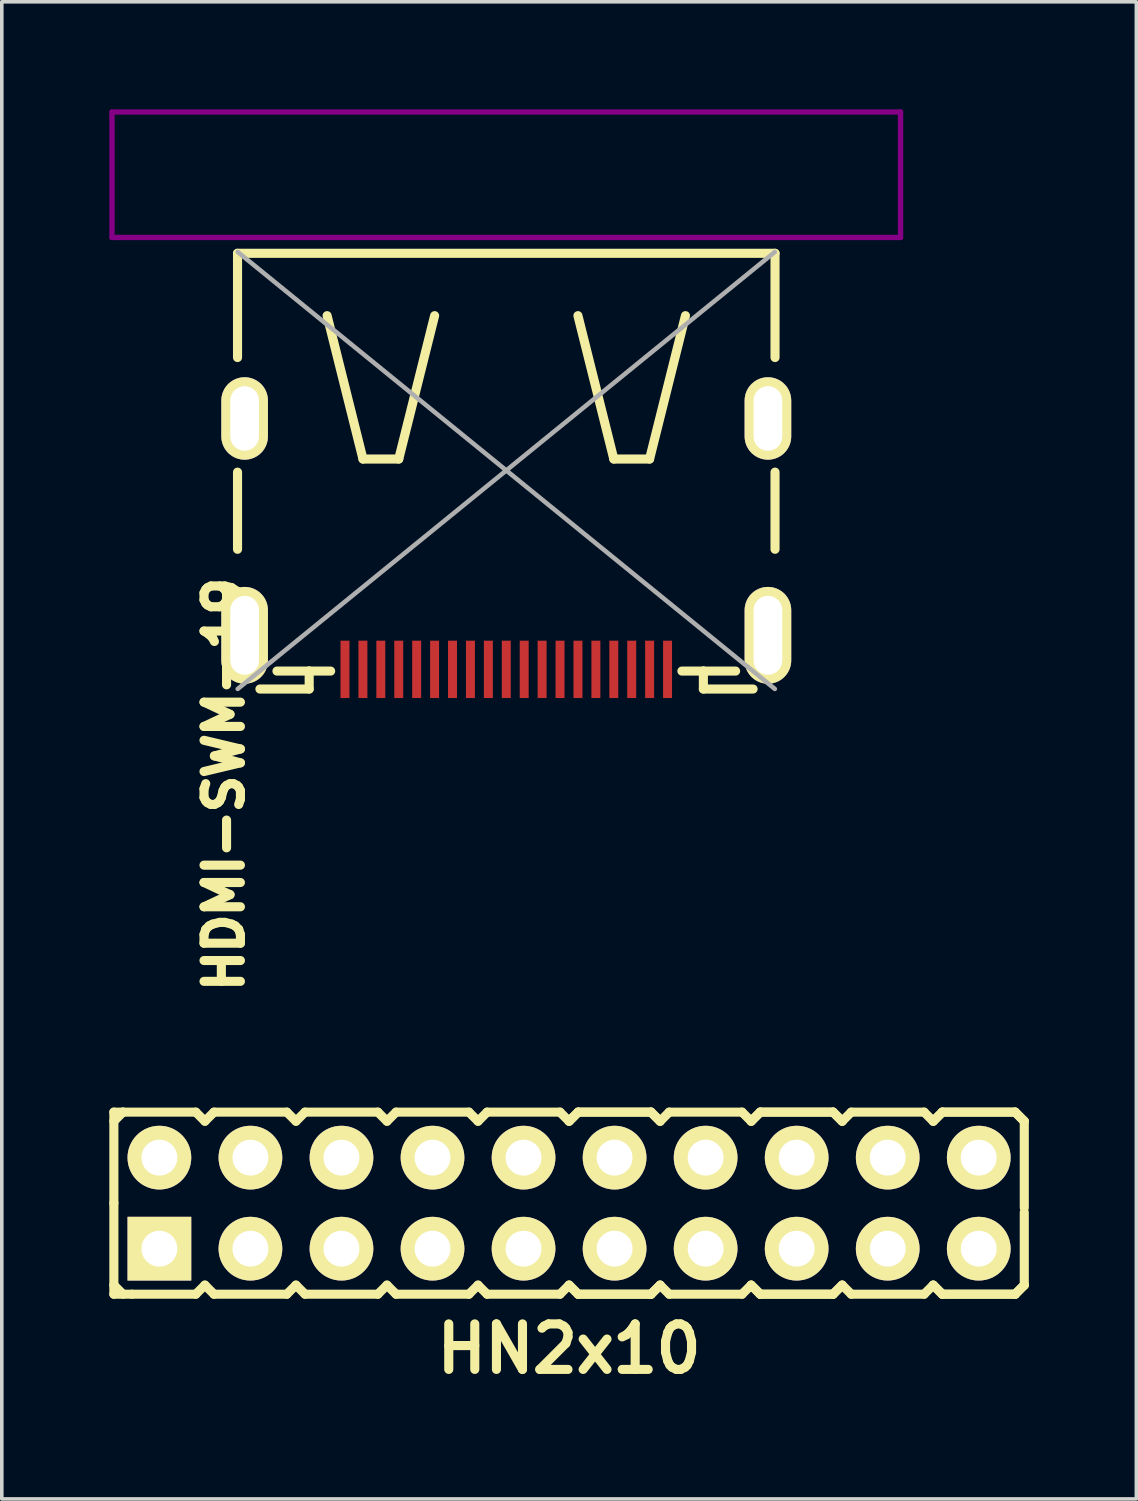
<source format=kicad_pcb>
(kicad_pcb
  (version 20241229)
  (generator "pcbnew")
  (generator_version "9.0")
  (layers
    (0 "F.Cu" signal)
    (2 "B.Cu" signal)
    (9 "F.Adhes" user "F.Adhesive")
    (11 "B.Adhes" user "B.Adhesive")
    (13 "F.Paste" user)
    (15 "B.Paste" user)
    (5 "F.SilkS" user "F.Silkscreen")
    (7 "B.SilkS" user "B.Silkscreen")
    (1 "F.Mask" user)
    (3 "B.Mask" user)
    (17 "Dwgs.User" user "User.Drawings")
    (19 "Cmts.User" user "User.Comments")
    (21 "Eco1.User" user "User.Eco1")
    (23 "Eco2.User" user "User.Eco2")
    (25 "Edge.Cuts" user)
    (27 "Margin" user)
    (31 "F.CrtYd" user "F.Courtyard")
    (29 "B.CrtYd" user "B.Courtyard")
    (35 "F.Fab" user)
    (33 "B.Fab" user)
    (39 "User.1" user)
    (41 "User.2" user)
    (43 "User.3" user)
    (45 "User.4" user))
  (footprint "HN2x10"
    (layer "F.Cu")
    (at 12.827 30.518)
    (property "Reference" "HN2x10" (at 0 4.064 0) (layer "F.SilkS") (effects (font (size 1.27 1.27) (thickness 0.254))))
    (attr smd)
    (fp_line (start -12.7 -2.54) (end -12.7 0) (stroke (width 0.254) (type solid)) (layer "F.SilkS"))
    (fp_line (start -12.7 -2.54) (end -12.446 -2.54) (stroke (width 0.254) (type solid)) (layer "F.SilkS"))
    (fp_line (start -12.7 -2.286) (end -12.446 -2.54) (stroke (width 0.254) (type solid)) (layer "F.SilkS"))
    (fp_line (start -12.7 0) (end -12.7 2.54) (stroke (width 0.254) (type solid)) (layer "F.SilkS"))
    (fp_line (start -12.446 -2.54) (end -10.414 -2.54) (stroke (width 0.254) (type solid)) (layer "F.SilkS"))
    (fp_line (start -12.446 2.54) (end -12.7 2.286) (stroke (width 0.254) (type solid)) (layer "F.SilkS"))
    (fp_line (start -12.192 2.54) (end -12.7 2.54) (stroke (width 0.254) (type solid)) (layer "F.SilkS"))
    (fp_line (start -10.414 -2.54) (end -10.16 -2.286) (stroke (width 0.254) (type solid)) (layer "F.SilkS"))
    (fp_line (start -10.414 2.54) (end -12.192 2.54) (stroke (width 0.254) (type solid)) (layer "F.SilkS"))
    (fp_line (start -10.16 -2.286) (end -9.906 -2.54) (stroke (width 0.254) (type solid)) (layer "F.SilkS"))
    (fp_line (start -10.16 2.286) (end -10.414 2.54) (stroke (width 0.254) (type solid)) (layer "F.SilkS"))
    (fp_line (start -9.906 -2.54) (end -7.874 -2.54) (stroke (width 0.254) (type solid)) (layer "F.SilkS"))
    (fp_line (start -9.906 2.54) (end -10.16 2.286) (stroke (width 0.254) (type solid)) (layer "F.SilkS"))
    (fp_line (start -7.874 -2.54) (end -7.62 -2.286) (stroke (width 0.254) (type solid)) (layer "F.SilkS"))
    (fp_line (start -7.874 2.54) (end -9.906 2.54) (stroke (width 0.254) (type solid)) (layer "F.SilkS"))
    (fp_line (start -7.874 2.54) (end -7.62 2.286) (stroke (width 0.254) (type solid)) (layer "F.SilkS"))
    (fp_line (start -7.62 -2.286) (end -7.366 -2.54) (stroke (width 0.254) (type solid)) (layer "F.SilkS"))
    (fp_line (start -7.62 2.286) (end -7.366 2.54) (stroke (width 0.254) (type solid)) (layer "F.SilkS"))
    (fp_line (start -7.366 -2.54) (end -5.334 -2.54) (stroke (width 0.254) (type solid)) (layer "F.SilkS"))
    (fp_line (start -5.334 -2.54) (end -5.08 -2.286) (stroke (width 0.254) (type solid)) (layer "F.SilkS"))
    (fp_line (start -5.334 2.54) (end -7.366 2.54) (stroke (width 0.254) (type solid)) (layer "F.SilkS"))
    (fp_line (start -5.08 -2.286) (end -4.826 -2.54) (stroke (width 0.254) (type solid)) (layer "F.SilkS"))
    (fp_line (start -5.08 2.286) (end -5.334 2.54) (stroke (width 0.254) (type solid)) (layer "F.SilkS"))
    (fp_line (start -4.826 -2.54) (end -2.794 -2.54) (stroke (width 0.254) (type solid)) (layer "F.SilkS"))
    (fp_line (start -4.826 2.54) (end -5.08 2.286) (stroke (width 0.254) (type solid)) (layer "F.SilkS"))
    (fp_line (start -2.794 -2.54) (end -2.54 -2.286) (stroke (width 0.254) (type solid)) (layer "F.SilkS"))
    (fp_line (start -2.794 2.54) (end -4.826 2.54) (stroke (width 0.254) (type solid)) (layer "F.SilkS"))
    (fp_line (start -2.54 -2.286) (end -2.286 -2.54) (stroke (width 0.254) (type solid)) (layer "F.SilkS"))
    (fp_line (start -2.54 2.286) (end -2.794 2.54) (stroke (width 0.254) (type solid)) (layer "F.SilkS"))
    (fp_line (start -2.286 -2.54) (end -0.254 -2.54) (stroke (width 0.254) (type solid)) (layer "F.SilkS"))
    (fp_line (start -2.286 2.54) (end -2.54 2.286) (stroke (width 0.254) (type solid)) (layer "F.SilkS"))
    (fp_line (start -0.254 -2.54) (end 0 -2.286) (stroke (width 0.254) (type solid)) (layer "F.SilkS"))
    (fp_line (start -0.254 2.54) (end -2.286 2.54) (stroke (width 0.254) (type solid)) (layer "F.SilkS"))
    (fp_line (start 0 -2.286) (end 0.254 -2.54) (stroke (width 0.254) (type solid)) (layer "F.SilkS"))
    (fp_line (start 0 -2.286) (end 0.254 -2.54) (stroke (width 0.254) (type solid)) (layer "F.SilkS"))
    (fp_line (start 0 2.286) (end -0.254 2.54) (stroke (width 0.254) (type solid)) (layer "F.SilkS"))
    (fp_line (start 0.254 -2.54) (end 2.286 -2.54) (stroke (width 0.254) (type solid)) (layer "F.SilkS"))
    (fp_line (start 0.254 -2.54) (end 2.286 -2.54) (stroke (width 0.254) (type solid)) (layer "F.SilkS"))
    (fp_line (start 0.254 2.54) (end 0 2.286) (stroke (width 0.254) (type solid)) (layer "F.SilkS"))
    (fp_line (start 0.254 2.54) (end 0 2.286) (stroke (width 0.254) (type solid)) (layer "F.SilkS"))
    (fp_line (start 2.286 -2.54) (end 2.54 -2.286) (stroke (width 0.254) (type solid)) (layer "F.SilkS"))
    (fp_line (start 2.286 -2.54) (end 2.54 -2.286) (stroke (width 0.254) (type solid)) (layer "F.SilkS"))
    (fp_line (start 2.286 2.54) (end 0.254 2.54) (stroke (width 0.254) (type solid)) (layer "F.SilkS"))
    (fp_line (start 2.286 2.54) (end 0.254 2.54) (stroke (width 0.254) (type solid)) (layer "F.SilkS"))
    (fp_line (start 2.54 -2.286) (end 2.794 -2.54) (stroke (width 0.254) (type solid)) (layer "F.SilkS"))
    (fp_line (start 2.54 2.286) (end 2.286 2.54) (stroke (width 0.254) (type solid)) (layer "F.SilkS"))
    (fp_line (start 2.54 2.286) (end 2.286 2.54) (stroke (width 0.254) (type solid)) (layer "F.SilkS"))
    (fp_line (start 2.794 -2.54) (end 4.826 -2.54) (stroke (width 0.254) (type solid)) (layer "F.SilkS"))
    (fp_line (start 2.794 2.54) (end 2.54 2.286) (stroke (width 0.254) (type solid)) (layer "F.SilkS"))
    (fp_line (start 4.826 -2.54) (end 5.08 -2.286) (stroke (width 0.254) (type solid)) (layer "F.SilkS"))
    (fp_line (start 4.826 2.54) (end 2.794 2.54) (stroke (width 0.254) (type solid)) (layer "F.SilkS"))
    (fp_line (start 5.08 -2.286) (end 5.334 -2.54) (stroke (width 0.254) (type solid)) (layer "F.SilkS"))
    (fp_line (start 5.08 -2.286) (end 5.334 -2.54) (stroke (width 0.254) (type solid)) (layer "F.SilkS"))
    (fp_line (start 5.08 2.286) (end 4.826 2.54) (stroke (width 0.254) (type solid)) (layer "F.SilkS"))
    (fp_line (start 5.334 -2.54) (end 7.366 -2.54) (stroke (width 0.254) (type solid)) (layer "F.SilkS"))
    (fp_line (start 5.334 -2.54) (end 7.366 -2.54) (stroke (width 0.254) (type solid)) (layer "F.SilkS"))
    (fp_line (start 5.334 2.54) (end 5.08 2.286) (stroke (width 0.254) (type solid)) (layer "F.SilkS"))
    (fp_line (start 5.334 2.54) (end 5.08 2.286) (stroke (width 0.254) (type solid)) (layer "F.SilkS"))
    (fp_line (start 7.366 -2.54) (end 7.62 -2.286) (stroke (width 0.254) (type solid)) (layer "F.SilkS"))
    (fp_line (start 7.366 -2.54) (end 7.62 -2.286) (stroke (width 0.254) (type solid)) (layer "F.SilkS"))
    (fp_line (start 7.366 2.54) (end 5.334 2.54) (stroke (width 0.254) (type solid)) (layer "F.SilkS"))
    (fp_line (start 7.366 2.54) (end 5.334 2.54) (stroke (width 0.254) (type solid)) (layer "F.SilkS"))
    (fp_line (start 7.62 -2.286) (end 7.874 -2.54) (stroke (width 0.254) (type solid)) (layer "F.SilkS"))
    (fp_line (start 7.62 2.286) (end 7.366 2.54) (stroke (width 0.254) (type solid)) (layer "F.SilkS"))
    (fp_line (start 7.62 2.286) (end 7.366 2.54) (stroke (width 0.254) (type solid)) (layer "F.SilkS"))
    (fp_line (start 7.874 -2.54) (end 9.906 -2.54) (stroke (width 0.254) (type solid)) (layer "F.SilkS"))
    (fp_line (start 7.874 2.54) (end 7.62 2.286) (stroke (width 0.254) (type solid)) (layer "F.SilkS"))
    (fp_line (start 9.906 -2.54) (end 10.16 -2.286) (stroke (width 0.254) (type solid)) (layer "F.SilkS"))
    (fp_line (start 9.906 2.54) (end 7.874 2.54) (stroke (width 0.254) (type solid)) (layer "F.SilkS"))
    (fp_line (start 10.16 -2.286) (end 10.414 -2.54) (stroke (width 0.254) (type solid)) (layer "F.SilkS"))
    (fp_line (start 10.16 -2.286) (end 10.414 -2.54) (stroke (width 0.254) (type solid)) (layer "F.SilkS"))
    (fp_line (start 10.16 2.286) (end 9.906 2.54) (stroke (width 0.254) (type solid)) (layer "F.SilkS"))
    (fp_line (start 10.414 -2.54) (end 12.446 -2.54) (stroke (width 0.254) (type solid)) (layer "F.SilkS"))
    (fp_line (start 10.414 -2.54) (end 12.446 -2.54) (stroke (width 0.254) (type solid)) (layer "F.SilkS"))
    (fp_line (start 10.414 2.54) (end 10.16 2.286) (stroke (width 0.254) (type solid)) (layer "F.SilkS"))
    (fp_line (start 10.414 2.54) (end 10.16 2.286) (stroke (width 0.254) (type solid)) (layer "F.SilkS"))
    (fp_line (start 12.446 -2.54) (end 12.7 -2.286) (stroke (width 0.254) (type solid)) (layer "F.SilkS"))
    (fp_line (start 12.446 -2.54) (end 12.7 -2.286) (stroke (width 0.254) (type solid)) (layer "F.SilkS"))
    (fp_line (start 12.446 2.54) (end 10.414 2.54) (stroke (width 0.254) (type solid)) (layer "F.SilkS"))
    (fp_line (start 12.446 2.54) (end 10.414 2.54) (stroke (width 0.254) (type solid)) (layer "F.SilkS"))
    (fp_line (start 12.7 -2.286) (end 12.7 0.127) (stroke (width 0.254) (type solid)) (layer "F.SilkS"))
    (fp_line (start 12.7 0.254) (end 12.7 2.286) (stroke (width 0.254) (type solid)) (layer "F.SilkS"))
    (fp_line (start 12.7 2.286) (end 12.446 2.54) (stroke (width 0.254) (type solid)) (layer "F.SilkS"))
    (fp_line (start 12.7 2.286) (end 12.446 2.54) (stroke (width 0.254) (type solid)) (layer "F.SilkS"))
    (pad "1" thru_hole rect (at -11.43 1.27) (size 1.778 1.778) (drill 1) (layers "*.Cu" "*.Mask" "F.SilkS" "B.Adhes"))
    (pad "2" thru_hole circle (at -11.43 -1.27) (size 1.778 1.778) (drill 1) (layers "*.Cu" "*.Mask" "F.SilkS" "B.Adhes"))
    (pad "3" thru_hole circle (at -8.89 1.27) (size 1.778 1.778) (drill 1) (layers "*.Cu" "*.Mask" "F.SilkS" "B.Adhes"))
    (pad "4" thru_hole circle (at -8.89 -1.27) (size 1.778 1.778) (drill 1) (layers "*.Cu" "*.Mask" "F.SilkS" "B.Adhes"))
    (pad "5" thru_hole circle (at -6.35 1.27) (size 1.778 1.778) (drill 1) (layers "*.Cu" "*.Mask" "F.SilkS" "B.Adhes"))
    (pad "6" thru_hole circle (at -6.35 -1.27) (size 1.778 1.778) (drill 1) (layers "*.Cu" "*.Mask" "F.SilkS" "B.Adhes"))
    (pad "7" thru_hole circle (at -3.81 1.27) (size 1.778 1.778) (drill 1) (layers "*.Cu" "*.Mask" "F.SilkS" "B.Adhes"))
    (pad "8" thru_hole circle (at -3.81 -1.27) (size 1.778 1.778) (drill 1) (layers "*.Cu" "*.Mask" "F.SilkS" "B.Adhes"))
    (pad "9" thru_hole circle (at -1.27 1.27) (size 1.778 1.778) (drill 1) (layers "*.Cu" "*.Mask" "F.SilkS" "B.Adhes"))
    (pad "10" thru_hole circle (at -1.27 -1.27) (size 1.778 1.778) (drill 1) (layers "*.Cu" "*.Mask" "F.SilkS" "B.Adhes"))
    (pad "11" thru_hole circle (at 1.27 1.27) (size 1.778 1.778) (drill 1) (layers "*.Cu" "*.Mask" "F.SilkS" "B.Adhes"))
    (pad "12" thru_hole circle (at 1.27 -1.27) (size 1.778 1.778) (drill 1) (layers "*.Cu" "*.Mask" "F.SilkS" "B.Adhes"))
    (pad "13" thru_hole circle (at 3.81 1.27) (size 1.778 1.778) (drill 1) (layers "*.Cu" "*.Mask" "F.SilkS" "B.Adhes"))
    (pad "14" thru_hole circle (at 3.81 -1.27) (size 1.778 1.778) (drill 1) (layers "*.Cu" "*.Mask" "F.SilkS" "B.Adhes"))
    (pad "15" thru_hole circle (at 6.35 1.27) (size 1.778 1.778) (drill 1) (layers "*.Cu" "*.Mask" "F.SilkS" "B.Adhes"))
    (pad "16" thru_hole circle (at 6.35 -1.27) (size 1.778 1.778) (drill 1) (layers "*.Cu" "*.Mask" "F.SilkS" "B.Adhes"))
    (pad "17" thru_hole circle (at 8.89 1.27) (size 1.778 1.778) (drill 1) (layers "*.Cu" "*.Mask" "F.SilkS" "B.Adhes"))
    (pad "18" thru_hole circle (at 8.89 -1.27) (size 1.778 1.778) (drill 1) (layers "*.Cu" "*.Mask" "F.SilkS" "B.Adhes"))
    (pad "19" thru_hole circle (at 11.43 1.27) (size 1.778 1.778) (drill 1) (layers "*.Cu" "*.Mask" "F.SilkS" "B.Adhes"))
    (pad "20" thru_hole circle (at 11.43 -1.27) (size 1.778 1.778) (drill 1) (layers "*.Cu" "*.Mask" "F.SilkS" "B.Adhes")))
  (footprint "HDMI-SWM-19"
    (layer "F.Cu")
    (at 11.075 10.075)
    (property "Reference" "HDMI-SWM-19" (at -7.874 8.763 90) (layer "F.SilkS") (effects (font (size 1.016 1.016) (thickness 0.254))))
    (attr smd)
    (fp_line (start -7.498 -6.058) (end 7.498 -6.058) (stroke (width 0.254) (type solid)) (layer "F.SilkS"))
    (fp_line (start -7.498 -3.15) (end -7.498 -6.058) (stroke (width 0.254) (type solid)) (layer "F.SilkS"))
    (fp_line (start -7.498 2.2) (end -7.498 0.048) (stroke (width 0.254) (type solid)) (layer "F.SilkS"))
    (fp_line (start -6.873 6.099) (end -5.499 6.099) (stroke (width 0.254) (type solid)) (layer "F.SilkS"))
    (fp_line (start -5.499 5.598) (end -6.398 5.598) (stroke (width 0.254) (type solid)) (layer "F.SilkS"))
    (fp_line (start -5.499 6.099) (end -5.499 5.598) (stroke (width 0.254) (type solid)) (layer "F.SilkS"))
    (fp_line (start -4.9 5.598) (end -5.499 5.598) (stroke (width 0.254) (type solid)) (layer "F.SilkS"))
    (fp_line (start -3.998 -0.318) (end -4.999 -4.318) (stroke (width 0.254) (type solid)) (layer "F.SilkS"))
    (fp_line (start -3 -0.318) (end -3.998 -0.318) (stroke (width 0.254) (type solid)) (layer "F.SilkS"))
    (fp_line (start -1.999 -4.318) (end -3 -0.318) (stroke (width 0.254) (type solid)) (layer "F.SilkS"))
    (fp_line (start 1.999 -4.318) (end 3 -0.318) (stroke (width 0.254) (type solid)) (layer "F.SilkS"))
    (fp_line (start 3 -0.318) (end 3.998 -0.318) (stroke (width 0.254) (type solid)) (layer "F.SilkS"))
    (fp_line (start 3.998 -0.318) (end 4.999 -4.318) (stroke (width 0.254) (type solid)) (layer "F.SilkS"))
    (fp_line (start 5.499 5.598) (end 4.9 5.598) (stroke (width 0.254) (type solid)) (layer "F.SilkS"))
    (fp_line (start 5.499 5.598) (end 5.499 6.099) (stroke (width 0.254) (type solid)) (layer "F.SilkS"))
    (fp_line (start 5.499 6.099) (end 6.886 6.099) (stroke (width 0.254) (type solid)) (layer "F.SilkS"))
    (fp_line (start 6.398 5.598) (end 5.499 5.598) (stroke (width 0.254) (type solid)) (layer "F.SilkS"))
    (fp_line (start 7.498 -6.058) (end 7.498 -3.15) (stroke (width 0.254) (type solid)) (layer "F.SilkS"))
    (fp_line (start 7.498 0.048) (end 7.498 2.2) (stroke (width 0.254) (type solid)) (layer "F.SilkS"))
    (fp_line (start -11 -10) (end -11 -6.5) (stroke (width 0.15) (type solid)) (layer "F.Adhes"))
    (fp_line (start 11 -10) (end -11 -10) (stroke (width 0.15) (type solid)) (layer "F.Adhes"))
    (fp_line (start 11 -6.5) (end -11 -6.5) (stroke (width 0.15) (type solid)) (layer "F.Adhes"))
    (fp_line (start 11 -6.5) (end 11 -10) (stroke (width 0.15) (type solid)) (layer "F.Adhes"))
    (fp_line (start -7.493 -6.096) (end 7.493 6.096) (stroke (width 0.127) (type solid)) (layer "F.Fab"))
    (fp_line (start 7.493 -6.096) (end -7.493 6.096) (stroke (width 0.127) (type solid)) (layer "F.Fab"))
    (pad "1" smd rect (at -4.5 5.55 90) (size 1.6 0.25) (layers "F.Cu" "F.Mask" "F.Paste"))
    (pad "2" smd rect (at -4 5.55 90) (size 1.6 0.25) (layers "F.Cu" "F.Mask" "F.Paste"))
    (pad "3" smd rect (at -3.5 5.55 90) (size 1.6 0.25) (layers "F.Cu" "F.Mask" "F.Paste"))
    (pad "4" smd rect (at -3 5.55 90) (size 1.6 0.25) (layers "F.Cu" "F.Mask" "F.Paste"))
    (pad "5" smd rect (at -2.5 5.55 90) (size 1.6 0.25) (layers "F.Cu" "F.Mask" "F.Paste"))
    (pad "6" smd rect (at -2 5.55 90) (size 1.6 0.25) (layers "F.Cu" "F.Mask" "F.Paste"))
    (pad "7" smd rect (at -1.5 5.55 90) (size 1.6 0.25) (layers "F.Cu" "F.Mask" "F.Paste"))
    (pad "8" smd rect (at -1 5.55 90) (size 1.6 0.25) (layers "F.Cu" "F.Mask" "F.Paste"))
    (pad "9" smd rect (at -0.5 5.55 90) (size 1.6 0.25) (layers "F.Cu" "F.Mask" "F.Paste"))
    (pad "10" smd rect (at 0 5.55 90) (size 1.6 0.25) (layers "F.Cu" "F.Mask" "F.Paste"))
    (pad "11" smd rect (at 0.5 5.55 90) (size 1.6 0.25) (layers "F.Cu" "F.Mask" "F.Paste"))
    (pad "12" smd rect (at 1 5.55 90) (size 1.6 0.25) (layers "F.Cu" "F.Mask" "F.Paste"))
    (pad "13" smd rect (at 1.5 5.55 90) (size 1.6 0.25) (layers "F.Cu" "F.Mask" "F.Paste"))
    (pad "14" smd rect (at 2 5.55 90) (size 1.6 0.25) (layers "F.Cu" "F.Mask" "F.Paste"))
    (pad "15" smd rect (at 2.5 5.55 90) (size 1.6 0.25) (layers "F.Cu" "F.Mask" "F.Paste"))
    (pad "16" smd rect (at 3 5.55 90) (size 1.6 0.25) (layers "F.Cu" "F.Mask" "F.Paste"))
    (pad "17" smd rect (at 3.5 5.55 90) (size 1.6 0.25) (layers "F.Cu" "F.Mask" "F.Paste"))
    (pad "18" smd rect (at 4 5.55 90) (size 1.6 0.25) (layers "F.Cu" "F.Mask" "F.Paste"))
    (pad "19" smd rect (at 4.5 5.55 90) (size 1.6 0.25) (layers "F.Cu" "F.Mask" "F.Paste"))
    (pad "SH1" thru_hole oval (at -7.3 4.6) (size 1.3 2.7) (drill oval 0.8 2.2) (layers "*.Cu" "*.Mask" "F.SilkS"))
    (pad "SH2" thru_hole oval (at -7.3 -1.45) (size 1.3 2.3) (drill oval 0.8 1.8) (layers "*.Cu" "*.Mask" "F.SilkS"))
    (pad "SH3" thru_hole oval (at 7.3 -1.45) (size 1.3 2.3) (drill oval 0.8 1.8) (layers "*.Cu" "*.Mask" "F.SilkS"))
    (pad "SH4" thru_hole oval (at 7.3 4.6) (size 1.3 2.7) (drill oval 0.8 2.2) (layers "*.Cu" "*.Mask" "F.SilkS")))
  (gr_rect
    (start -3 -3)
    (end 28.654 38.77)
    (stroke (width 0.1) (type default))
    (fill no)
    (layer "Edge.Cuts")))
</source>
